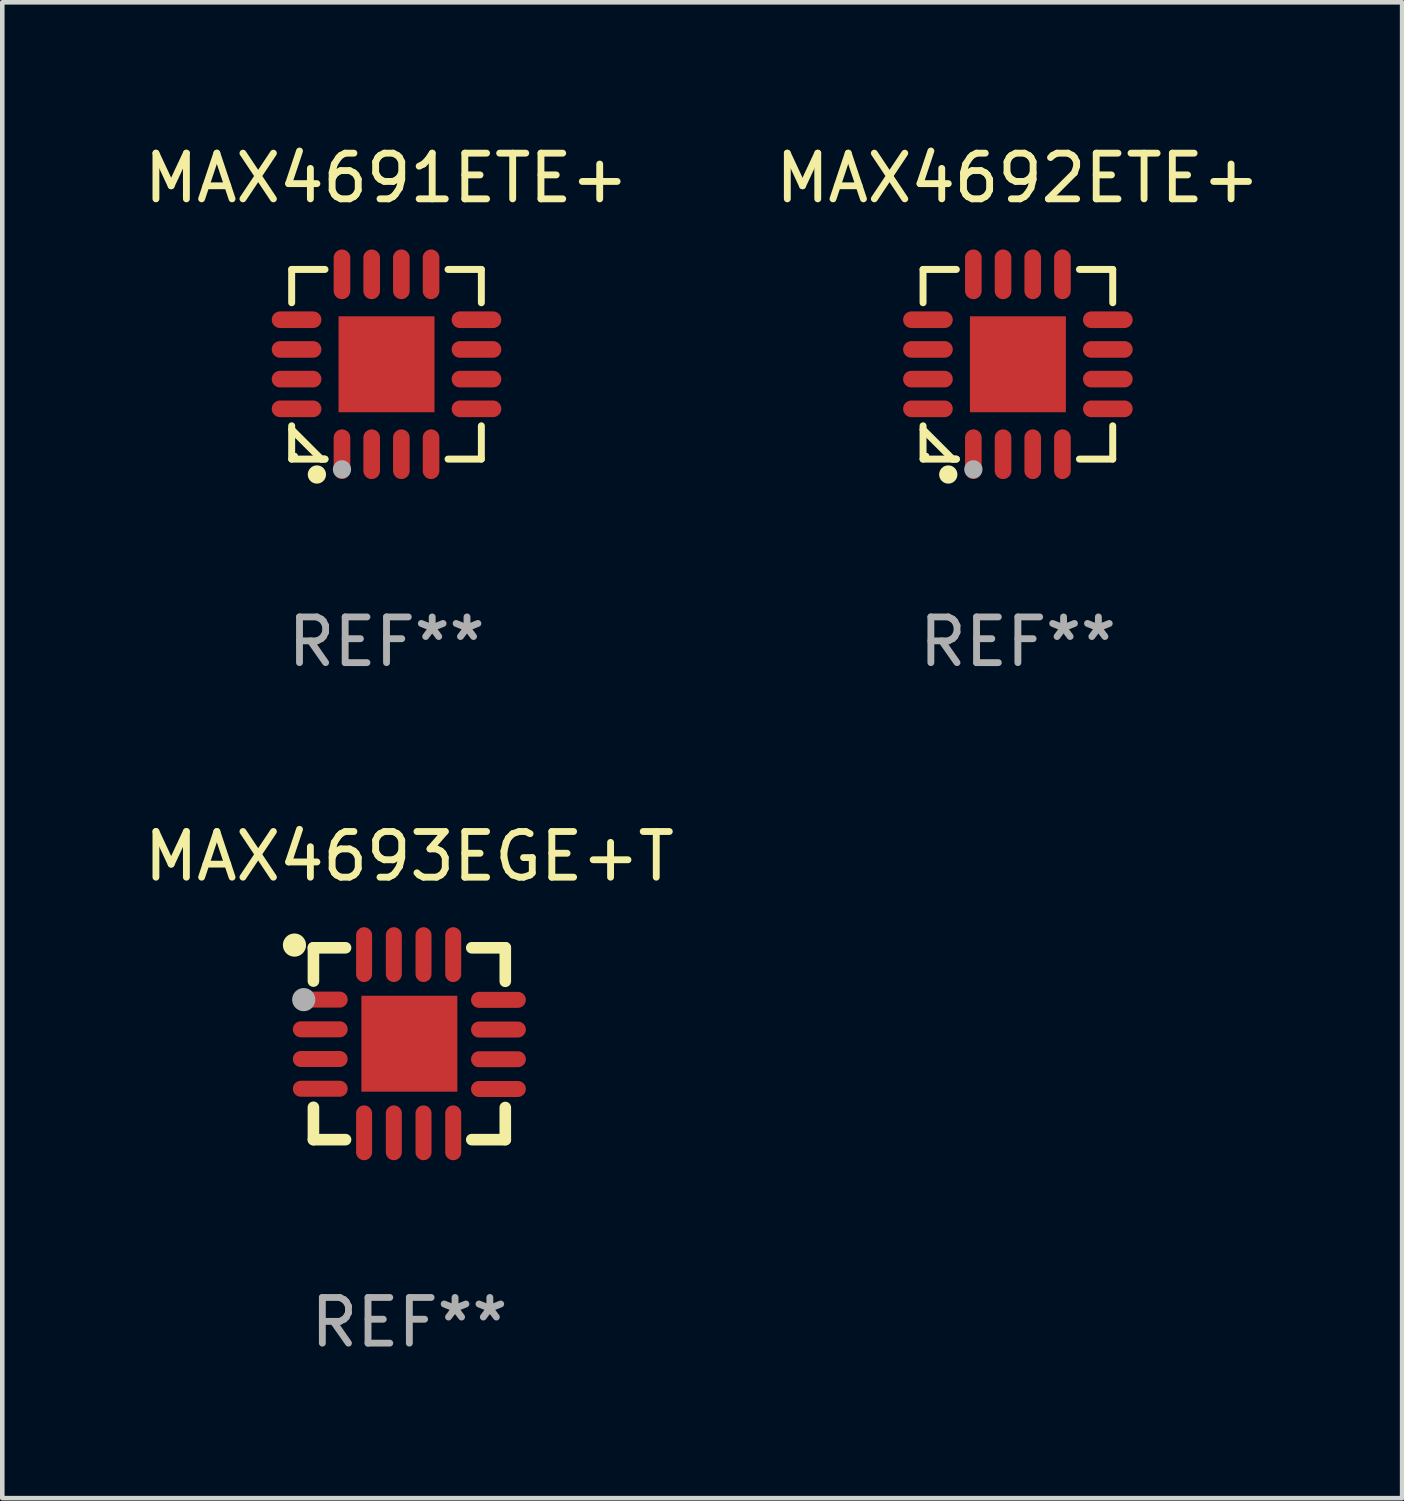
<source format=kicad_pcb>
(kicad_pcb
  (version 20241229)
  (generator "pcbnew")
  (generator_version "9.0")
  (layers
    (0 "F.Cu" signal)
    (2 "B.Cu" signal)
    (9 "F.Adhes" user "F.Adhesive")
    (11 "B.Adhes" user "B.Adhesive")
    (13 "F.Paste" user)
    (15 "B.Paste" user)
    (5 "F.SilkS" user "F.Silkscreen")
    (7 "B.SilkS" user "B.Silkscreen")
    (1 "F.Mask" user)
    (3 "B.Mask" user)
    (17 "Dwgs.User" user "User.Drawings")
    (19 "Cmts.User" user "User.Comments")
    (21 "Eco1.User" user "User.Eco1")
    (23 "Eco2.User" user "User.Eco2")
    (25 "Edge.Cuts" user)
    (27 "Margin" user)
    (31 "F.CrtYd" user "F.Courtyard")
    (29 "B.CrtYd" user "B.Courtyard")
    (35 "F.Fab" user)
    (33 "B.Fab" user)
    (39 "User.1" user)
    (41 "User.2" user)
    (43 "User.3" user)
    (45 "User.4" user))
  (footprint "MAX4691ETE+"
    (layer "F.Cu")
    (at 5.411 4.924)
    (property "Reference" "MAX4691ETE+" (at 0 -4.076 0) (layer "F.SilkS") (effects (font (size 1 1) (thickness 0.15))))
    (attr through_hole)
    (fp_line (start -2.076 -2.076) (end -1.347 -2.076) (stroke (width 0.152) (type solid)) (layer "F.SilkS"))
    (fp_line (start -2.076 -1.347) (end -2.076 -2.076) (stroke (width 0.152) (type solid)) (layer "F.SilkS"))
    (fp_line (start -2.076 1.347) (end -2.076 2.076) (stroke (width 0.152) (type solid)) (layer "F.SilkS"))
    (fp_line (start -2.076 2.076) (end -1.347 2.076) (stroke (width 0.152) (type solid)) (layer "F.SilkS"))
    (fp_line (start -1.429 2.076) (end -2.076 1.429) (stroke (width 0.152) (type solid)) (layer "F.SilkS"))
    (fp_line (start -1.347 2.076) (end -1.429 2.076) (stroke (width 0.152) (type solid)) (layer "F.SilkS"))
    (fp_line (start 2.076 -2.076) (end 1.347 -2.076) (stroke (width 0.152) (type solid)) (layer "F.SilkS"))
    (fp_line (start 2.076 -1.347) (end 2.076 -2.076) (stroke (width 0.152) (type solid)) (layer "F.SilkS"))
    (fp_line (start 2.076 1.347) (end 2.076 2.076) (stroke (width 0.152) (type solid)) (layer "F.SilkS"))
    (fp_line (start 2.076 2.076) (end 1.347 2.076) (stroke (width 0.152) (type solid)) (layer "F.SilkS"))
    (fp_circle (center -2 2) (end -1.97 2) (stroke (width 0.06) (type solid)) (fill no) (layer "F.SilkS"))
    (fp_circle (center -1.524 2.413) (end -1.424 2.413) (stroke (width 0.2) (type solid)) (fill no) (layer "F.SilkS"))
    (fp_circle (center -0.975 2.3) (end -0.875 2.3) (stroke (width 0.2) (type solid)) (fill no) (layer "F.Fab"))
    (fp_text user "REF**" (at 0 6.076 0) (layer "F.Fab") (effects (font (size 1 1) (thickness 0.15))))
    (pad "1" smd oval (at -0.975 1.969) (size 0.364 1.087) (layers "F.Cu" "F.Mask" "F.Paste"))
    (pad "2" smd oval (at -0.325 1.969) (size 0.364 1.087) (layers "F.Cu" "F.Mask" "F.Paste"))
    (pad "3" smd oval (at 0.325 1.969) (size 0.364 1.087) (layers "F.Cu" "F.Mask" "F.Paste"))
    (pad "4" smd oval (at 0.975 1.969) (size 0.364 1.087) (layers "F.Cu" "F.Mask" "F.Paste"))
    (pad "5" smd oval (at 1.969 0.975) (size 1.087 0.364) (layers "F.Cu" "F.Mask" "F.Paste"))
    (pad "6" smd oval (at 1.969 0.325) (size 1.087 0.364) (layers "F.Cu" "F.Mask" "F.Paste"))
    (pad "7" smd oval (at 1.969 -0.325) (size 1.087 0.364) (layers "F.Cu" "F.Mask" "F.Paste"))
    (pad "8" smd oval (at 1.969 -0.975) (size 1.087 0.364) (layers "F.Cu" "F.Mask" "F.Paste"))
    (pad "9" smd oval (at 0.975 -1.969) (size 0.364 1.087) (layers "F.Cu" "F.Mask" "F.Paste"))
    (pad "10" smd oval (at 0.325 -1.969) (size 0.364 1.087) (layers "F.Cu" "F.Mask" "F.Paste"))
    (pad "11" smd oval (at -0.325 -1.969) (size 0.364 1.087) (layers "F.Cu" "F.Mask" "F.Paste"))
    (pad "12" smd oval (at -0.975 -1.969) (size 0.364 1.087) (layers "F.Cu" "F.Mask" "F.Paste"))
    (pad "13" smd oval (at -1.969 -0.975) (size 1.087 0.364) (layers "F.Cu" "F.Mask" "F.Paste"))
    (pad "14" smd oval (at -1.969 -0.325) (size 1.087 0.364) (layers "F.Cu" "F.Mask" "F.Paste"))
    (pad "15" smd oval (at -1.969 0.325) (size 1.087 0.364) (layers "F.Cu" "F.Mask" "F.Paste"))
    (pad "16" smd oval (at -1.969 0.975) (size 1.087 0.364) (layers "F.Cu" "F.Mask" "F.Paste"))
    (pad "17" smd rect (at 0 0) (size 2.1 2.1) (layers "F.Cu" "F.Mask" "F.Paste")))
  (footprint "MAX4692ETE+"
    (layer "F.Cu")
    (at 19.232 4.924)
    (property "Reference" "MAX4692ETE+" (at 0 -4.076 0) (layer "F.SilkS") (effects (font (size 1 1) (thickness 0.15))))
    (attr through_hole)
    (fp_line (start -2.076 -2.076) (end -1.347 -2.076) (stroke (width 0.152) (type solid)) (layer "F.SilkS"))
    (fp_line (start -2.076 -1.347) (end -2.076 -2.076) (stroke (width 0.152) (type solid)) (layer "F.SilkS"))
    (fp_line (start -2.076 1.347) (end -2.076 2.076) (stroke (width 0.152) (type solid)) (layer "F.SilkS"))
    (fp_line (start -2.076 2.076) (end -1.347 2.076) (stroke (width 0.152) (type solid)) (layer "F.SilkS"))
    (fp_line (start -1.429 2.076) (end -2.076 1.429) (stroke (width 0.152) (type solid)) (layer "F.SilkS"))
    (fp_line (start -1.347 2.076) (end -1.429 2.076) (stroke (width 0.152) (type solid)) (layer "F.SilkS"))
    (fp_line (start 2.076 -2.076) (end 1.347 -2.076) (stroke (width 0.152) (type solid)) (layer "F.SilkS"))
    (fp_line (start 2.076 -1.347) (end 2.076 -2.076) (stroke (width 0.152) (type solid)) (layer "F.SilkS"))
    (fp_line (start 2.076 1.347) (end 2.076 2.076) (stroke (width 0.152) (type solid)) (layer "F.SilkS"))
    (fp_line (start 2.076 2.076) (end 1.347 2.076) (stroke (width 0.152) (type solid)) (layer "F.SilkS"))
    (fp_circle (center -2 2) (end -1.97 2) (stroke (width 0.06) (type solid)) (fill no) (layer "F.SilkS"))
    (fp_circle (center -1.524 2.413) (end -1.424 2.413) (stroke (width 0.2) (type solid)) (fill no) (layer "F.SilkS"))
    (fp_circle (center -0.975 2.3) (end -0.875 2.3) (stroke (width 0.2) (type solid)) (fill no) (layer "F.Fab"))
    (fp_text user "REF**" (at 0 6.076 0) (layer "F.Fab") (effects (font (size 1 1) (thickness 0.15))))
    (pad "1" smd oval (at -0.975 1.969) (size 0.364 1.087) (layers "F.Cu" "F.Mask" "F.Paste"))
    (pad "2" smd oval (at -0.325 1.969) (size 0.364 1.087) (layers "F.Cu" "F.Mask" "F.Paste"))
    (pad "3" smd oval (at 0.325 1.969) (size 0.364 1.087) (layers "F.Cu" "F.Mask" "F.Paste"))
    (pad "4" smd oval (at 0.975 1.969) (size 0.364 1.087) (layers "F.Cu" "F.Mask" "F.Paste"))
    (pad "5" smd oval (at 1.969 0.975) (size 1.087 0.364) (layers "F.Cu" "F.Mask" "F.Paste"))
    (pad "6" smd oval (at 1.969 0.325) (size 1.087 0.364) (layers "F.Cu" "F.Mask" "F.Paste"))
    (pad "7" smd oval (at 1.969 -0.325) (size 1.087 0.364) (layers "F.Cu" "F.Mask" "F.Paste"))
    (pad "8" smd oval (at 1.969 -0.975) (size 1.087 0.364) (layers "F.Cu" "F.Mask" "F.Paste"))
    (pad "9" smd oval (at 0.975 -1.969) (size 0.364 1.087) (layers "F.Cu" "F.Mask" "F.Paste"))
    (pad "10" smd oval (at 0.325 -1.969) (size 0.364 1.087) (layers "F.Cu" "F.Mask" "F.Paste"))
    (pad "11" smd oval (at -0.325 -1.969) (size 0.364 1.087) (layers "F.Cu" "F.Mask" "F.Paste"))
    (pad "12" smd oval (at -0.975 -1.969) (size 0.364 1.087) (layers "F.Cu" "F.Mask" "F.Paste"))
    (pad "13" smd oval (at -1.969 -0.975) (size 1.087 0.364) (layers "F.Cu" "F.Mask" "F.Paste"))
    (pad "14" smd oval (at -1.969 -0.325) (size 1.087 0.364) (layers "F.Cu" "F.Mask" "F.Paste"))
    (pad "15" smd oval (at -1.969 0.325) (size 1.087 0.364) (layers "F.Cu" "F.Mask" "F.Paste"))
    (pad "16" smd oval (at -1.969 0.975) (size 1.087 0.364) (layers "F.Cu" "F.Mask" "F.Paste"))
    (pad "17" smd rect (at 0 0) (size 2.1 2.1) (layers "F.Cu" "F.Mask" "F.Paste")))
  (footprint "MAX4693EGE+T"
    (layer "F.Cu")
    (at 5.911 19.797)
    (property "Reference" "MAX4693EGE+T" (at 0 -4.1 0) (layer "F.SilkS") (effects (font (size 1 1) (thickness 0.15))))
    (attr through_hole)
    (fp_line (start -2.1 -2.1) (end -2.1 -1.371) (stroke (width 0.254) (type solid)) (layer "F.SilkS"))
    (fp_line (start -2.1 -2.1) (end -1.397 -2.1) (stroke (width 0.254) (type solid)) (layer "F.SilkS"))
    (fp_line (start -2.1 1.392) (end -2.1 2.1) (stroke (width 0.254) (type solid)) (layer "F.SilkS"))
    (fp_line (start -2.1 2.1) (end -1.397 2.1) (stroke (width 0.254) (type solid)) (layer "F.SilkS"))
    (fp_line (start 1.366 -2.1) (end 2.1 -2.1) (stroke (width 0.254) (type solid)) (layer "F.SilkS"))
    (fp_line (start 1.366 2.1) (end 2.1 2.1) (stroke (width 0.254) (type solid)) (layer "F.SilkS"))
    (fp_line (start 2.1 -2.1) (end 2.1 -1.366) (stroke (width 0.254) (type solid)) (layer "F.SilkS"))
    (fp_line (start 2.1 1.397) (end 2.1 2.1) (stroke (width 0.254) (type solid)) (layer "F.SilkS"))
    (fp_circle (center -2.515 -2.159) (end -2.388 -2.159) (stroke (width 0.254) (type solid)) (fill no) (layer "F.SilkS"))
    (fp_circle (center -2.045 -1.97) (end -2.015 -1.97) (stroke (width 0.06) (type solid)) (fill no) (layer "F.SilkS"))
    (fp_circle (center -2.312 -0.965) (end -2.185 -0.965) (stroke (width 0.254) (type solid)) (fill no) (layer "F.Fab"))
    (fp_text user "REF**" (at 0 6.1 0) (layer "F.Fab") (effects (font (size 1 1) (thickness 0.15))))
    (pad "1" smd oval (at -1.95 -0.965 270) (size 0.35 1.2) (layers "F.Cu" "F.Mask" "F.Paste"))
    (pad "2" smd oval (at -1.95 -0.315 270) (size 0.35 1.2) (layers "F.Cu" "F.Mask" "F.Paste"))
    (pad "3" smd oval (at -1.95 0.335 270) (size 0.35 1.2) (layers "F.Cu" "F.Mask" "F.Paste"))
    (pad "4" smd oval (at -1.95 0.986 270) (size 0.35 1.2) (layers "F.Cu" "F.Mask" "F.Paste"))
    (pad "5" smd oval (at -0.991 1.95) (size 0.35 1.2) (layers "F.Cu" "F.Mask" "F.Paste"))
    (pad "6" smd oval (at -0.34 1.95) (size 0.35 1.2) (layers "F.Cu" "F.Mask" "F.Paste"))
    (pad "7" smd oval (at 0.31 1.95) (size 0.35 1.2) (layers "F.Cu" "F.Mask" "F.Paste"))
    (pad "8" smd oval (at 0.96 1.95) (size 0.35 1.2) (layers "F.Cu" "F.Mask" "F.Paste"))
    (pad "9" smd oval (at 1.95 0.991 270) (size 0.35 1.2) (layers "F.Cu" "F.Mask" "F.Paste"))
    (pad "10" smd oval (at 1.95 0.34 270) (size 0.35 1.2) (layers "F.Cu" "F.Mask" "F.Paste"))
    (pad "11" smd oval (at 1.95 -0.31 270) (size 0.35 1.2) (layers "F.Cu" "F.Mask" "F.Paste"))
    (pad "12" smd oval (at 1.95 -0.96 270) (size 0.35 1.2) (layers "F.Cu" "F.Mask" "F.Paste"))
    (pad "13" smd oval (at 0.96 -1.95) (size 0.35 1.2) (layers "F.Cu" "F.Mask" "F.Paste"))
    (pad "14" smd oval (at 0.31 -1.95) (size 0.35 1.2) (layers "F.Cu" "F.Mask" "F.Paste"))
    (pad "15" smd oval (at -0.34 -1.95) (size 0.35 1.2) (layers "F.Cu" "F.Mask" "F.Paste"))
    (pad "16" smd oval (at -0.991 -1.95) (size 0.35 1.2) (layers "F.Cu" "F.Mask" "F.Paste"))
    (pad "17" smd rect (at 0 0) (size 2.1 2.1) (layers "F.Cu" "F.Mask" "F.Paste")))
  (gr_rect
    (start -3 -3)
    (end 27.643 29.745)
    (stroke (width 0.1) (type default))
    (fill no)
    (layer "Edge.Cuts")))
</source>
